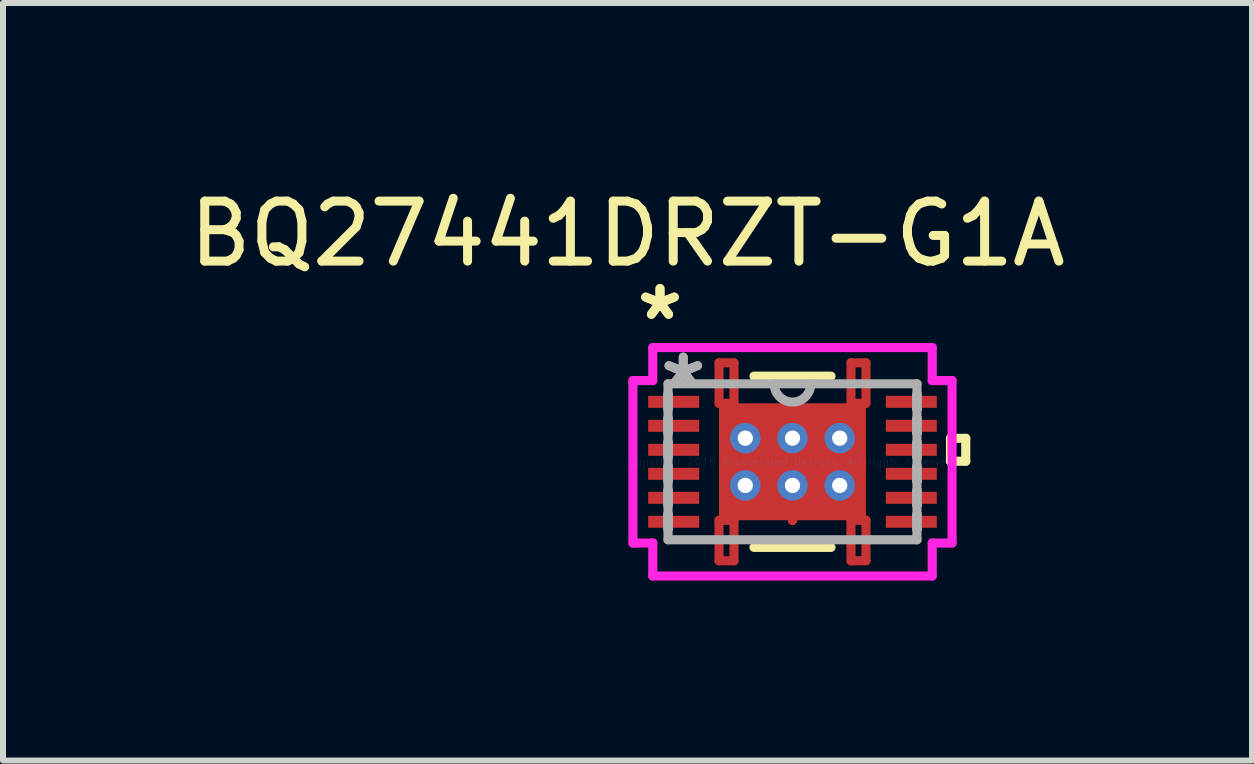
<source format=kicad_pcb>
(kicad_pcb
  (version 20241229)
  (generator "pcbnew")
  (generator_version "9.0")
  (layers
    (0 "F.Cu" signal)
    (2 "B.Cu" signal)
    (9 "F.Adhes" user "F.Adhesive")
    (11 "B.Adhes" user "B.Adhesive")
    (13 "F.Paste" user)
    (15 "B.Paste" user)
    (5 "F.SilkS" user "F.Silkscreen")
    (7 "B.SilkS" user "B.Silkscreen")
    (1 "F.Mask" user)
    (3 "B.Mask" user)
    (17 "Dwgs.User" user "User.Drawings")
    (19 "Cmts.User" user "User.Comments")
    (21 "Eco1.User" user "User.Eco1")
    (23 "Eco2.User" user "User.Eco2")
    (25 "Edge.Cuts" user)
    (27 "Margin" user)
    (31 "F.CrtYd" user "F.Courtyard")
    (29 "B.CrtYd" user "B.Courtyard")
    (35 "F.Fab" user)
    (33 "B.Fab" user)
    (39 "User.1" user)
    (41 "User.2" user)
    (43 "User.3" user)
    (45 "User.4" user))
  (footprint "BQ27441DRZT-G1A"
    (layer "F.Cu")
    (at 10.161 4.648)
    (property "Reference" "BQ27441DRZT-G1A" (at -2.75 -3.8 0) (layer "F.SilkS") (effects (font (size 1 1) (thickness 0.15))))
    (attr through_hole)
    (fp_line (start -1.225 -1.65) (end -1.225 -0.975) (stroke (width 0.152) (type solid)) (layer "F.Cu"))
    (fp_line (start -1.225 -0.975) (end -0.975 -0.975) (stroke (width 0.152) (type solid)) (layer "F.Cu"))
    (fp_line (start -1.225 0.975) (end -0.975 0.975) (stroke (width 0.152) (type solid)) (layer "F.Cu"))
    (fp_line (start -1.225 1.65) (end -1.225 0.975) (stroke (width 0.152) (type solid)) (layer "F.Cu"))
    (fp_line (start -0.975 -1.65) (end -1.225 -1.65) (stroke (width 0.152) (type solid)) (layer "F.Cu"))
    (fp_line (start -0.975 -0.975) (end -0.975 -1.65) (stroke (width 0.152) (type solid)) (layer "F.Cu"))
    (fp_line (start -0.975 0.975) (end -0.975 1.65) (stroke (width 0.152) (type solid)) (layer "F.Cu"))
    (fp_line (start -0.975 1.65) (end -1.225 1.65) (stroke (width 0.152) (type solid)) (layer "F.Cu"))
    (fp_line (start 0 -0.975) (end 0 -0.975) (stroke (width 0.152) (type solid)) (layer "F.Cu"))
    (fp_line (start 0 -0.975) (end 0 -0.975) (stroke (width 0.152) (type solid)) (layer "F.Cu"))
    (fp_line (start 0 -0.975) (end 0 -0.975) (stroke (width 0.152) (type solid)) (layer "F.Cu"))
    (fp_line (start 0 -0.975) (end 0 -0.975) (stroke (width 0.152) (type solid)) (layer "F.Cu"))
    (fp_line (start 0 -0.975) (end 0 -0.975) (stroke (width 0.152) (type solid)) (layer "F.Cu"))
    (fp_line (start 0 -0.975) (end 0 -0.975) (stroke (width 0.152) (type solid)) (layer "F.Cu"))
    (fp_line (start 0 -0.975) (end 0 -0.975) (stroke (width 0.152) (type solid)) (layer "F.Cu"))
    (fp_line (start 0 -0.975) (end 0 -0.975) (stroke (width 0.152) (type solid)) (layer "F.Cu"))
    (fp_line (start 0 0.975) (end 0 0.975) (stroke (width 0.152) (type solid)) (layer "F.Cu"))
    (fp_line (start 0 0.975) (end 0 0.975) (stroke (width 0.152) (type solid)) (layer "F.Cu"))
    (fp_line (start 0 0.975) (end 0 0.975) (stroke (width 0.152) (type solid)) (layer "F.Cu"))
    (fp_line (start 0 0.975) (end 0 0.975) (stroke (width 0.152) (type solid)) (layer "F.Cu"))
    (fp_line (start 0 0.975) (end 0 0.975) (stroke (width 0.152) (type solid)) (layer "F.Cu"))
    (fp_line (start 0 0.975) (end 0 0.975) (stroke (width 0.152) (type solid)) (layer "F.Cu"))
    (fp_line (start 0 0.975) (end 0 0.975) (stroke (width 0.152) (type solid)) (layer "F.Cu"))
    (fp_line (start 0 0.975) (end 0 0.975) (stroke (width 0.152) (type solid)) (layer "F.Cu"))
    (fp_line (start 0.975 -1.65) (end 1.225 -1.65) (stroke (width 0.152) (type solid)) (layer "F.Cu"))
    (fp_line (start 0.975 -0.975) (end 0.975 -1.65) (stroke (width 0.152) (type solid)) (layer "F.Cu"))
    (fp_line (start 0.975 0.975) (end 0.975 1.65) (stroke (width 0.152) (type solid)) (layer "F.Cu"))
    (fp_line (start 0.975 1.65) (end 1.225 1.65) (stroke (width 0.152) (type solid)) (layer "F.Cu"))
    (fp_line (start 1.225 -1.65) (end 1.225 -0.975) (stroke (width 0.152) (type solid)) (layer "F.Cu"))
    (fp_line (start 1.225 -0.975) (end 0.975 -0.975) (stroke (width 0.152) (type solid)) (layer "F.Cu"))
    (fp_line (start 1.225 0.975) (end 0.975 0.975) (stroke (width 0.152) (type solid)) (layer "F.Cu"))
    (fp_line (start 1.225 1.65) (end 1.225 0.975) (stroke (width 0.152) (type solid)) (layer "F.Cu"))
    (fp_line (start -2.476 -1.17) (end -2.476 -0.83) (stroke (width 0.152) (type solid)) (layer "F.Mask"))
    (fp_line (start -2.476 -0.83) (end -1.486 -0.83) (stroke (width 0.152) (type solid)) (layer "F.Mask"))
    (fp_line (start -2.476 -0.77) (end -2.476 -0.43) (stroke (width 0.152) (type solid)) (layer "F.Mask"))
    (fp_line (start -2.476 -0.43) (end -1.486 -0.43) (stroke (width 0.152) (type solid)) (layer "F.Mask"))
    (fp_line (start -2.476 -0.37) (end -2.476 -0.03) (stroke (width 0.152) (type solid)) (layer "F.Mask"))
    (fp_line (start -2.476 -0.03) (end -1.486 -0.03) (stroke (width 0.152) (type solid)) (layer "F.Mask"))
    (fp_line (start -2.476 0.03) (end -2.476 0.37) (stroke (width 0.152) (type solid)) (layer "F.Mask"))
    (fp_line (start -2.476 0.37) (end -1.486 0.37) (stroke (width 0.152) (type solid)) (layer "F.Mask"))
    (fp_line (start -2.476 0.43) (end -2.476 0.77) (stroke (width 0.152) (type solid)) (layer "F.Mask"))
    (fp_line (start -2.476 0.77) (end -1.486 0.77) (stroke (width 0.152) (type solid)) (layer "F.Mask"))
    (fp_line (start -2.476 0.83) (end -2.476 1.17) (stroke (width 0.152) (type solid)) (layer "F.Mask"))
    (fp_line (start -2.476 1.17) (end -1.486 1.17) (stroke (width 0.152) (type solid)) (layer "F.Mask"))
    (fp_line (start -1.486 -1.17) (end -2.476 -1.17) (stroke (width 0.152) (type solid)) (layer "F.Mask"))
    (fp_line (start -1.486 -0.83) (end -1.486 -1.17) (stroke (width 0.152) (type solid)) (layer "F.Mask"))
    (fp_line (start -1.486 -0.77) (end -2.476 -0.77) (stroke (width 0.152) (type solid)) (layer "F.Mask"))
    (fp_line (start -1.486 -0.43) (end -1.486 -0.77) (stroke (width 0.152) (type solid)) (layer "F.Mask"))
    (fp_line (start -1.486 -0.37) (end -2.476 -0.37) (stroke (width 0.152) (type solid)) (layer "F.Mask"))
    (fp_line (start -1.486 -0.03) (end -1.486 -0.37) (stroke (width 0.152) (type solid)) (layer "F.Mask"))
    (fp_line (start -1.486 0.03) (end -2.476 0.03) (stroke (width 0.152) (type solid)) (layer "F.Mask"))
    (fp_line (start -1.486 0.37) (end -1.486 0.03) (stroke (width 0.152) (type solid)) (layer "F.Mask"))
    (fp_line (start -1.486 0.43) (end -2.476 0.43) (stroke (width 0.152) (type solid)) (layer "F.Mask"))
    (fp_line (start -1.486 0.77) (end -1.486 0.43) (stroke (width 0.152) (type solid)) (layer "F.Mask"))
    (fp_line (start -1.486 0.83) (end -2.476 0.83) (stroke (width 0.152) (type solid)) (layer "F.Mask"))
    (fp_line (start -1.486 1.17) (end -1.486 0.83) (stroke (width 0.152) (type solid)) (layer "F.Mask"))
    (fp_line (start -1.288 -1.038) (end -0.987 -1.038) (stroke (width 0.152) (type solid)) (layer "F.Mask"))
    (fp_line (start -1.288 -1.038) (end 1.288 -1.038) (stroke (width 0.152) (type solid)) (layer "F.Mask"))
    (fp_line (start -1.288 -0.594) (end -1.288 -1.038) (stroke (width 0.152) (type solid)) (layer "F.Mask"))
    (fp_line (start -1.288 -0.194) (end 1.288 -0.194) (stroke (width 0.152) (type solid)) (layer "F.Mask"))
    (fp_line (start -1.288 0.194) (end -1.288 -0.194) (stroke (width 0.152) (type solid)) (layer "F.Mask"))
    (fp_line (start -1.288 0.594) (end 1.288 0.594) (stroke (width 0.152) (type solid)) (layer "F.Mask"))
    (fp_line (start -1.288 1.038) (end -1.288 -1.038) (stroke (width 0.152) (type solid)) (layer "F.Mask"))
    (fp_line (start -1.288 1.038) (end -1.288 0.594) (stroke (width 0.152) (type solid)) (layer "F.Mask"))
    (fp_line (start -1.225 -1.65) (end -1.225 -0.975) (stroke (width 0.152) (type solid)) (layer "F.Mask"))
    (fp_line (start -1.225 -0.975) (end -0.975 -0.975) (stroke (width 0.152) (type solid)) (layer "F.Mask"))
    (fp_line (start -1.225 0.975) (end -0.975 0.975) (stroke (width 0.152) (type solid)) (layer "F.Mask"))
    (fp_line (start -1.225 1.65) (end -1.225 0.975) (stroke (width 0.152) (type solid)) (layer "F.Mask"))
    (fp_line (start -0.987 -1.038) (end -0.987 1.038) (stroke (width 0.152) (type solid)) (layer "F.Mask"))
    (fp_line (start -0.987 1.038) (end -1.288 1.038) (stroke (width 0.152) (type solid)) (layer "F.Mask"))
    (fp_line (start -0.975 -1.65) (end -1.225 -1.65) (stroke (width 0.152) (type solid)) (layer "F.Mask"))
    (fp_line (start -0.975 -0.975) (end -0.975 -1.65) (stroke (width 0.152) (type solid)) (layer "F.Mask"))
    (fp_line (start -0.975 0.975) (end -0.975 1.65) (stroke (width 0.152) (type solid)) (layer "F.Mask"))
    (fp_line (start -0.975 1.65) (end -1.225 1.65) (stroke (width 0.152) (type solid)) (layer "F.Mask"))
    (fp_line (start -0.587 -1.038) (end -0.587 1.038) (stroke (width 0.152) (type solid)) (layer "F.Mask"))
    (fp_line (start -0.587 1.038) (end -0.2 1.038) (stroke (width 0.152) (type solid)) (layer "F.Mask"))
    (fp_line (start -0.2 -1.038) (end -0.587 -1.038) (stroke (width 0.152) (type solid)) (layer "F.Mask"))
    (fp_line (start -0.2 1.038) (end -0.2 -1.038) (stroke (width 0.152) (type solid)) (layer "F.Mask"))
    (fp_line (start 0 -0.975) (end 0 -0.975) (stroke (width 0.152) (type solid)) (layer "F.Mask"))
    (fp_line (start 0 -0.975) (end 0 -0.975) (stroke (width 0.152) (type solid)) (layer "F.Mask"))
    (fp_line (start 0 -0.975) (end 0 -0.975) (stroke (width 0.152) (type solid)) (layer "F.Mask"))
    (fp_line (start 0 -0.975) (end 0 -0.975) (stroke (width 0.152) (type solid)) (layer "F.Mask"))
    (fp_line (start 0 -0.975) (end 0 -0.975) (stroke (width 0.152) (type solid)) (layer "F.Mask"))
    (fp_line (start 0 -0.975) (end 0 -0.975) (stroke (width 0.152) (type solid)) (layer "F.Mask"))
    (fp_line (start 0 -0.975) (end 0 -0.975) (stroke (width 0.152) (type solid)) (layer "F.Mask"))
    (fp_line (start 0 -0.975) (end 0 -0.975) (stroke (width 0.152) (type solid)) (layer "F.Mask"))
    (fp_line (start 0 0.975) (end 0 0.975) (stroke (width 0.152) (type solid)) (layer "F.Mask"))
    (fp_line (start 0 0.975) (end 0 0.975) (stroke (width 0.152) (type solid)) (layer "F.Mask"))
    (fp_line (start 0 0.975) (end 0 0.975) (stroke (width 0.152) (type solid)) (layer "F.Mask"))
    (fp_line (start 0 0.975) (end 0 0.975) (stroke (width 0.152) (type solid)) (layer "F.Mask"))
    (fp_line (start 0 0.975) (end 0 0.975) (stroke (width 0.152) (type solid)) (layer "F.Mask"))
    (fp_line (start 0 0.975) (end 0 0.975) (stroke (width 0.152) (type solid)) (layer "F.Mask"))
    (fp_line (start 0 0.975) (end 0 0.975) (stroke (width 0.152) (type solid)) (layer "F.Mask"))
    (fp_line (start 0 0.975) (end 0 0.975) (stroke (width 0.152) (type solid)) (layer "F.Mask"))
    (fp_line (start 0.2 -1.038) (end 0.2 1.038) (stroke (width 0.152) (type solid)) (layer "F.Mask"))
    (fp_line (start 0.2 1.038) (end 0.587 1.038) (stroke (width 0.152) (type solid)) (layer "F.Mask"))
    (fp_line (start 0.587 -1.038) (end 0.2 -1.038) (stroke (width 0.152) (type solid)) (layer "F.Mask"))
    (fp_line (start 0.587 1.038) (end 0.587 -1.038) (stroke (width 0.152) (type solid)) (layer "F.Mask"))
    (fp_line (start 0.975 -1.65) (end 1.225 -1.65) (stroke (width 0.152) (type solid)) (layer "F.Mask"))
    (fp_line (start 0.975 -0.975) (end 0.975 -1.65) (stroke (width 0.152) (type solid)) (layer "F.Mask"))
    (fp_line (start 0.975 0.975) (end 0.975 1.65) (stroke (width 0.152) (type solid)) (layer "F.Mask"))
    (fp_line (start 0.975 1.65) (end 1.225 1.65) (stroke (width 0.152) (type solid)) (layer "F.Mask"))
    (fp_line (start 0.987 -1.038) (end 1.288 -1.038) (stroke (width 0.152) (type solid)) (layer "F.Mask"))
    (fp_line (start 0.987 1.038) (end 0.987 -1.038) (stroke (width 0.152) (type solid)) (layer "F.Mask"))
    (fp_line (start 1.225 -1.65) (end 1.225 -0.975) (stroke (width 0.152) (type solid)) (layer "F.Mask"))
    (fp_line (start 1.225 -0.975) (end 0.975 -0.975) (stroke (width 0.152) (type solid)) (layer "F.Mask"))
    (fp_line (start 1.225 0.975) (end 0.975 0.975) (stroke (width 0.152) (type solid)) (layer "F.Mask"))
    (fp_line (start 1.225 1.65) (end 1.225 0.975) (stroke (width 0.152) (type solid)) (layer "F.Mask"))
    (fp_line (start 1.288 -1.038) (end 1.288 -0.594) (stroke (width 0.152) (type solid)) (layer "F.Mask"))
    (fp_line (start 1.288 -1.038) (end 1.288 1.038) (stroke (width 0.152) (type solid)) (layer "F.Mask"))
    (fp_line (start 1.288 -0.594) (end -1.288 -0.594) (stroke (width 0.152) (type solid)) (layer "F.Mask"))
    (fp_line (start 1.288 -0.194) (end 1.288 0.194) (stroke (width 0.152) (type solid)) (layer "F.Mask"))
    (fp_line (start 1.288 0.194) (end -1.288 0.194) (stroke (width 0.152) (type solid)) (layer "F.Mask"))
    (fp_line (start 1.288 0.594) (end 1.288 1.038) (stroke (width 0.152) (type solid)) (layer "F.Mask"))
    (fp_line (start 1.288 1.038) (end -1.288 1.038) (stroke (width 0.152) (type solid)) (layer "F.Mask"))
    (fp_line (start 1.288 1.038) (end 0.987 1.038) (stroke (width 0.152) (type solid)) (layer "F.Mask"))
    (fp_line (start 1.486 -1.17) (end 1.486 -0.83) (stroke (width 0.152) (type solid)) (layer "F.Mask"))
    (fp_line (start 1.486 -0.83) (end 2.476 -0.83) (stroke (width 0.152) (type solid)) (layer "F.Mask"))
    (fp_line (start 1.486 -0.77) (end 1.486 -0.43) (stroke (width 0.152) (type solid)) (layer "F.Mask"))
    (fp_line (start 1.486 -0.43) (end 2.476 -0.43) (stroke (width 0.152) (type solid)) (layer "F.Mask"))
    (fp_line (start 1.486 -0.37) (end 1.486 -0.03) (stroke (width 0.152) (type solid)) (layer "F.Mask"))
    (fp_line (start 1.486 -0.03) (end 2.476 -0.03) (stroke (width 0.152) (type solid)) (layer "F.Mask"))
    (fp_line (start 1.486 0.03) (end 1.486 0.37) (stroke (width 0.152) (type solid)) (layer "F.Mask"))
    (fp_line (start 1.486 0.37) (end 2.476 0.37) (stroke (width 0.152) (type solid)) (layer "F.Mask"))
    (fp_line (start 1.486 0.43) (end 1.486 0.77) (stroke (width 0.152) (type solid)) (layer "F.Mask"))
    (fp_line (start 1.486 0.77) (end 2.476 0.77) (stroke (width 0.152) (type solid)) (layer "F.Mask"))
    (fp_line (start 1.486 0.83) (end 1.486 1.17) (stroke (width 0.152) (type solid)) (layer "F.Mask"))
    (fp_line (start 1.486 1.17) (end 2.476 1.17) (stroke (width 0.152) (type solid)) (layer "F.Mask"))
    (fp_line (start 2.476 -1.17) (end 1.486 -1.17) (stroke (width 0.152) (type solid)) (layer "F.Mask"))
    (fp_line (start 2.476 -0.83) (end 2.476 -1.17) (stroke (width 0.152) (type solid)) (layer "F.Mask"))
    (fp_line (start 2.476 -0.77) (end 1.486 -0.77) (stroke (width 0.152) (type solid)) (layer "F.Mask"))
    (fp_line (start 2.476 -0.43) (end 2.476 -0.77) (stroke (width 0.152) (type solid)) (layer "F.Mask"))
    (fp_line (start 2.476 -0.37) (end 1.486 -0.37) (stroke (width 0.152) (type solid)) (layer "F.Mask"))
    (fp_line (start 2.476 -0.03) (end 2.476 -0.37) (stroke (width 0.152) (type solid)) (layer "F.Mask"))
    (fp_line (start 2.476 0.03) (end 1.486 0.03) (stroke (width 0.152) (type solid)) (layer "F.Mask"))
    (fp_line (start 2.476 0.37) (end 2.476 0.03) (stroke (width 0.152) (type solid)) (layer "F.Mask"))
    (fp_line (start 2.476 0.43) (end 1.486 0.43) (stroke (width 0.152) (type solid)) (layer "F.Mask"))
    (fp_line (start 2.476 0.77) (end 2.476 0.43) (stroke (width 0.152) (type solid)) (layer "F.Mask"))
    (fp_line (start 2.476 0.83) (end 1.486 0.83) (stroke (width 0.152) (type solid)) (layer "F.Mask"))
    (fp_line (start 2.476 1.17) (end 2.476 0.83) (stroke (width 0.152) (type solid)) (layer "F.Mask"))
    (fp_line (start -0.642 1.427) (end 0.642 1.427) (stroke (width 0.152) (type solid)) (layer "F.SilkS"))
    (fp_line (start 0.642 -1.427) (end -0.642 -1.427) (stroke (width 0.152) (type solid)) (layer "F.SilkS"))
    (fp_line (start 2.634 -0.391) (end 2.888 -0.391) (stroke (width 0.152) (type solid)) (layer "F.SilkS"))
    (fp_line (start 2.634 -0.009) (end 2.634 -0.391) (stroke (width 0.152) (type solid)) (layer "F.SilkS"))
    (fp_line (start 2.888 -0.391) (end 2.888 -0.009) (stroke (width 0.152) (type solid)) (layer "F.SilkS"))
    (fp_line (start 2.888 -0.009) (end 2.634 -0.009) (stroke (width 0.152) (type solid)) (layer "F.SilkS"))
    (fp_line (start -2.381 -1.075) (end -2.381 -0.925) (stroke (width 0.152) (type solid)) (layer "F.Paste"))
    (fp_line (start -2.381 -0.925) (end -1.581 -0.925) (stroke (width 0.152) (type solid)) (layer "F.Paste"))
    (fp_line (start -2.381 -0.675) (end -2.381 -0.525) (stroke (width 0.152) (type solid)) (layer "F.Paste"))
    (fp_line (start -2.381 -0.525) (end -1.581 -0.525) (stroke (width 0.152) (type solid)) (layer "F.Paste"))
    (fp_line (start -2.381 -0.275) (end -2.381 -0.125) (stroke (width 0.152) (type solid)) (layer "F.Paste"))
    (fp_line (start -2.381 -0.125) (end -1.581 -0.125) (stroke (width 0.152) (type solid)) (layer "F.Paste"))
    (fp_line (start -2.381 0.125) (end -2.381 0.275) (stroke (width 0.152) (type solid)) (layer "F.Paste"))
    (fp_line (start -2.381 0.275) (end -1.581 0.275) (stroke (width 0.152) (type solid)) (layer "F.Paste"))
    (fp_line (start -2.381 0.525) (end -2.381 0.675) (stroke (width 0.152) (type solid)) (layer "F.Paste"))
    (fp_line (start -2.381 0.675) (end -1.581 0.675) (stroke (width 0.152) (type solid)) (layer "F.Paste"))
    (fp_line (start -2.381 0.925) (end -2.381 1.075) (stroke (width 0.152) (type solid)) (layer "F.Paste"))
    (fp_line (start -2.381 1.075) (end -1.581 1.075) (stroke (width 0.152) (type solid)) (layer "F.Paste"))
    (fp_line (start -1.581 -1.075) (end -2.381 -1.075) (stroke (width 0.152) (type solid)) (layer "F.Paste"))
    (fp_line (start -1.581 -0.925) (end -1.581 -1.075) (stroke (width 0.152) (type solid)) (layer "F.Paste"))
    (fp_line (start -1.581 -0.675) (end -2.381 -0.675) (stroke (width 0.152) (type solid)) (layer "F.Paste"))
    (fp_line (start -1.581 -0.525) (end -1.581 -0.675) (stroke (width 0.152) (type solid)) (layer "F.Paste"))
    (fp_line (start -1.581 -0.275) (end -2.381 -0.275) (stroke (width 0.152) (type solid)) (layer "F.Paste"))
    (fp_line (start -1.581 -0.125) (end -1.581 -0.275) (stroke (width 0.152) (type solid)) (layer "F.Paste"))
    (fp_line (start -1.581 0.125) (end -2.381 0.125) (stroke (width 0.152) (type solid)) (layer "F.Paste"))
    (fp_line (start -1.581 0.275) (end -1.581 0.125) (stroke (width 0.152) (type solid)) (layer "F.Paste"))
    (fp_line (start -1.581 0.525) (end -2.381 0.525) (stroke (width 0.152) (type solid)) (layer "F.Paste"))
    (fp_line (start -1.581 0.675) (end -1.581 0.525) (stroke (width 0.152) (type solid)) (layer "F.Paste"))
    (fp_line (start -1.581 0.925) (end -2.381 0.925) (stroke (width 0.152) (type solid)) (layer "F.Paste"))
    (fp_line (start -1.581 1.075) (end -1.581 0.925) (stroke (width 0.152) (type solid)) (layer "F.Paste"))
    (fp_line (start -1.174 -1.599) (end -1.174 -1.026) (stroke (width 0.152) (type solid)) (layer "F.Paste"))
    (fp_line (start -1.174 -1.026) (end -1.026 -1.026) (stroke (width 0.152) (type solid)) (layer "F.Paste"))
    (fp_line (start -1.174 1.026) (end -1.026 1.026) (stroke (width 0.152) (type solid)) (layer "F.Paste"))
    (fp_line (start -1.174 1.599) (end -1.174 1.026) (stroke (width 0.152) (type solid)) (layer "F.Paste"))
    (fp_line (start -1.15 -0.9) (end -1.15 -0.494) (stroke (width 0.152) (type solid)) (layer "F.Paste"))
    (fp_line (start -1.15 -0.494) (end -1.029 -0.494) (stroke (width 0.152) (type solid)) (layer "F.Paste"))
    (fp_line (start -1.15 -0.294) (end -1.15 0.294) (stroke (width 0.152) (type solid)) (layer "F.Paste"))
    (fp_line (start -1.15 0.294) (end -1.029 0.294) (stroke (width 0.152) (type solid)) (layer "F.Paste"))
    (fp_line (start -1.15 0.494) (end -1.15 0.9) (stroke (width 0.152) (type solid)) (layer "F.Paste"))
    (fp_line (start -1.15 0.9) (end -0.887 0.9) (stroke (width 0.152) (type solid)) (layer "F.Paste"))
    (fp_line (start -1.029 -0.494) (end -1.029 -0.494) (stroke (width 0.152) (type solid)) (layer "F.Paste"))
    (fp_line (start -1.029 -0.494) (end -0.887 -0.635) (stroke (width 0.152) (type solid)) (layer "F.Paste"))
    (fp_line (start -1.029 -0.294) (end -1.15 -0.294) (stroke (width 0.152) (type solid)) (layer "F.Paste"))
    (fp_line (start -1.029 -0.294) (end -1.029 -0.294) (stroke (width 0.152) (type solid)) (layer "F.Paste"))
    (fp_line (start -1.029 0.294) (end -1.029 0.294) (stroke (width 0.152) (type solid)) (layer "F.Paste"))
    (fp_line (start -1.029 0.294) (end -0.887 0.152) (stroke (width 0.152) (type solid)) (layer "F.Paste"))
    (fp_line (start -1.029 0.494) (end -1.15 0.494) (stroke (width 0.152) (type solid)) (layer "F.Paste"))
    (fp_line (start -1.029 0.494) (end -1.029 0.494) (stroke (width 0.152) (type solid)) (layer "F.Paste"))
    (fp_line (start -1.026 -1.599) (end -1.174 -1.599) (stroke (width 0.152) (type solid)) (layer "F.Paste"))
    (fp_line (start -1.026 -1.026) (end -1.026 -1.599) (stroke (width 0.152) (type solid)) (layer "F.Paste"))
    (fp_line (start -1.026 1.026) (end -1.026 1.599) (stroke (width 0.152) (type solid)) (layer "F.Paste"))
    (fp_line (start -1.026 1.599) (end -1.174 1.599) (stroke (width 0.152) (type solid)) (layer "F.Paste"))
    (fp_line (start -0.887 -0.9) (end -1.15 -0.9) (stroke (width 0.152) (type solid)) (layer "F.Paste"))
    (fp_line (start -0.887 -0.635) (end -0.887 -0.9) (stroke (width 0.152) (type solid)) (layer "F.Paste"))
    (fp_line (start -0.887 -0.635) (end -0.887 -0.635) (stroke (width 0.152) (type solid)) (layer "F.Paste"))
    (fp_line (start -0.887 -0.152) (end -1.029 -0.294) (stroke (width 0.152) (type solid)) (layer "F.Paste"))
    (fp_line (start -0.887 -0.152) (end -0.887 -0.152) (stroke (width 0.152) (type solid)) (layer "F.Paste"))
    (fp_line (start -0.887 0.152) (end -0.887 -0.152) (stroke (width 0.152) (type solid)) (layer "F.Paste"))
    (fp_line (start -0.887 0.152) (end -0.887 0.152) (stroke (width 0.152) (type solid)) (layer "F.Paste"))
    (fp_line (start -0.887 0.635) (end -1.029 0.494) (stroke (width 0.152) (type solid)) (layer "F.Paste"))
    (fp_line (start -0.887 0.635) (end -0.887 0.635) (stroke (width 0.152) (type solid)) (layer "F.Paste"))
    (fp_line (start -0.887 0.9) (end -0.887 0.635) (stroke (width 0.152) (type solid)) (layer "F.Paste"))
    (fp_line (start -0.687 -0.9) (end -0.687 -0.635) (stroke (width 0.152) (type solid)) (layer "F.Paste"))
    (fp_line (start -0.687 -0.635) (end -0.687 -0.635) (stroke (width 0.152) (type solid)) (layer "F.Paste"))
    (fp_line (start -0.687 -0.635) (end -0.546 -0.494) (stroke (width 0.152) (type solid)) (layer "F.Paste"))
    (fp_line (start -0.687 -0.152) (end -0.687 -0.152) (stroke (width 0.152) (type solid)) (layer "F.Paste"))
    (fp_line (start -0.687 -0.152) (end -0.687 0.152) (stroke (width 0.152) (type solid)) (layer "F.Paste"))
    (fp_line (start -0.687 0.152) (end -0.687 0.152) (stroke (width 0.152) (type solid)) (layer "F.Paste"))
    (fp_line (start -0.687 0.152) (end -0.546 0.294) (stroke (width 0.152) (type solid)) (layer "F.Paste"))
    (fp_line (start -0.687 0.635) (end -0.687 0.635) (stroke (width 0.152) (type solid)) (layer "F.Paste"))
    (fp_line (start -0.687 0.635) (end -0.687 0.9) (stroke (width 0.152) (type solid)) (layer "F.Paste"))
    (fp_line (start -0.687 0.9) (end -0.1 0.9) (stroke (width 0.152) (type solid)) (layer "F.Paste"))
    (fp_line (start -0.546 -0.494) (end -0.546 -0.494) (stroke (width 0.152) (type solid)) (layer "F.Paste"))
    (fp_line (start -0.546 -0.494) (end -0.241 -0.494) (stroke (width 0.152) (type solid)) (layer "F.Paste"))
    (fp_line (start -0.546 -0.294) (end -0.687 -0.152) (stroke (width 0.152) (type solid)) (layer "F.Paste"))
    (fp_line (start -0.546 -0.294) (end -0.546 -0.294) (stroke (width 0.152) (type solid)) (layer "F.Paste"))
    (fp_line (start -0.546 0.294) (end -0.546 0.294) (stroke (width 0.152) (type solid)) (layer "F.Paste"))
    (fp_line (start -0.546 0.294) (end -0.241 0.294) (stroke (width 0.152) (type solid)) (layer "F.Paste"))
    (fp_line (start -0.546 0.494) (end -0.687 0.635) (stroke (width 0.152) (type solid)) (layer "F.Paste"))
    (fp_line (start -0.546 0.494) (end -0.546 0.494) (stroke (width 0.152) (type solid)) (layer "F.Paste"))
    (fp_line (start -0.241 -0.494) (end -0.241 -0.494) (stroke (width 0.152) (type solid)) (layer "F.Paste"))
    (fp_line (start -0.241 -0.494) (end -0.1 -0.635) (stroke (width 0.152) (type solid)) (layer "F.Paste"))
    (fp_line (start -0.241 -0.294) (end -0.546 -0.294) (stroke (width 0.152) (type solid)) (layer "F.Paste"))
    (fp_line (start -0.241 -0.294) (end -0.241 -0.294) (stroke (width 0.152) (type solid)) (layer "F.Paste"))
    (fp_line (start -0.241 0.294) (end -0.241 0.294) (stroke (width 0.152) (type solid)) (layer "F.Paste"))
    (fp_line (start -0.241 0.294) (end -0.1 0.152) (stroke (width 0.152) (type solid)) (layer "F.Paste"))
    (fp_line (start -0.241 0.494) (end -0.546 0.494) (stroke (width 0.152) (type solid)) (layer "F.Paste"))
    (fp_line (start -0.241 0.494) (end -0.241 0.494) (stroke (width 0.152) (type solid)) (layer "F.Paste"))
    (fp_line (start -0.1 -0.9) (end -0.687 -0.9) (stroke (width 0.152) (type solid)) (layer "F.Paste"))
    (fp_line (start -0.1 -0.635) (end -0.1 -0.9) (stroke (width 0.152) (type solid)) (layer "F.Paste"))
    (fp_line (start -0.1 -0.635) (end -0.1 -0.635) (stroke (width 0.152) (type solid)) (layer "F.Paste"))
    (fp_line (start -0.1 -0.152) (end -0.241 -0.294) (stroke (width 0.152) (type solid)) (layer "F.Paste"))
    (fp_line (start -0.1 -0.152) (end -0.1 -0.152) (stroke (width 0.152) (type solid)) (layer "F.Paste"))
    (fp_line (start -0.1 0.152) (end -0.1 -0.152) (stroke (width 0.152) (type solid)) (layer "F.Paste"))
    (fp_line (start -0.1 0.152) (end -0.1 0.152) (stroke (width 0.152) (type solid)) (layer "F.Paste"))
    (fp_line (start -0.1 0.635) (end -0.241 0.494) (stroke (width 0.152) (type solid)) (layer "F.Paste"))
    (fp_line (start -0.1 0.635) (end -0.1 0.635) (stroke (width 0.152) (type solid)) (layer "F.Paste"))
    (fp_line (start -0.1 0.9) (end -0.1 0.635) (stroke (width 0.152) (type solid)) (layer "F.Paste"))
    (fp_line (start 0 -0.975) (end 0 -0.975) (stroke (width 0.152) (type solid)) (layer "F.Paste"))
    (fp_line (start 0 -0.975) (end 0 -0.975) (stroke (width 0.152) (type solid)) (layer "F.Paste"))
    (fp_line (start 0 -0.975) (end 0 -0.975) (stroke (width 0.152) (type solid)) (layer "F.Paste"))
    (fp_line (start 0 -0.975) (end 0 -0.975) (stroke (width 0.152) (type solid)) (layer "F.Paste"))
    (fp_line (start 0 -0.975) (end 0 -0.975) (stroke (width 0.152) (type solid)) (layer "F.Paste"))
    (fp_line (start 0 -0.975) (end 0 -0.975) (stroke (width 0.152) (type solid)) (layer "F.Paste"))
    (fp_line (start 0 -0.975) (end 0 -0.975) (stroke (width 0.152) (type solid)) (layer "F.Paste"))
    (fp_line (start 0 -0.975) (end 0 -0.975) (stroke (width 0.152) (type solid)) (layer "F.Paste"))
    (fp_line (start 0 0.975) (end 0 0.975) (stroke (width 0.152) (type solid)) (layer "F.Paste"))
    (fp_line (start 0 0.975) (end 0 0.975) (stroke (width 0.152) (type solid)) (layer "F.Paste"))
    (fp_line (start 0 0.975) (end 0 0.975) (stroke (width 0.152) (type solid)) (layer "F.Paste"))
    (fp_line (start 0 0.975) (end 0 0.975) (stroke (width 0.152) (type solid)) (layer "F.Paste"))
    (fp_line (start 0 0.975) (end 0 0.975) (stroke (width 0.152) (type solid)) (layer "F.Paste"))
    (fp_line (start 0 0.975) (end 0 0.975) (stroke (width 0.152) (type solid)) (layer "F.Paste"))
    (fp_line (start 0 0.975) (end 0 0.975) (stroke (width 0.152) (type solid)) (layer "F.Paste"))
    (fp_line (start 0 0.975) (end 0 0.975) (stroke (width 0.152) (type solid)) (layer "F.Paste"))
    (fp_line (start 0.1 -0.9) (end 0.1 -0.635) (stroke (width 0.152) (type solid)) (layer "F.Paste"))
    (fp_line (start 0.1 -0.635) (end 0.1 -0.635) (stroke (width 0.152) (type solid)) (layer "F.Paste"))
    (fp_line (start 0.1 -0.635) (end 0.241 -0.494) (stroke (width 0.152) (type solid)) (layer "F.Paste"))
    (fp_line (start 0.1 -0.152) (end 0.1 -0.152) (stroke (width 0.152) (type solid)) (layer "F.Paste"))
    (fp_line (start 0.1 -0.152) (end 0.1 0.152) (stroke (width 0.152) (type solid)) (layer "F.Paste"))
    (fp_line (start 0.1 0.152) (end 0.1 0.152) (stroke (width 0.152) (type solid)) (layer "F.Paste"))
    (fp_line (start 0.1 0.152) (end 0.241 0.294) (stroke (width 0.152) (type solid)) (layer "F.Paste"))
    (fp_line (start 0.1 0.635) (end 0.1 0.635) (stroke (width 0.152) (type solid)) (layer "F.Paste"))
    (fp_line (start 0.1 0.635) (end 0.1 0.9) (stroke (width 0.152) (type solid)) (layer "F.Paste"))
    (fp_line (start 0.1 0.9) (end 0.687 0.9) (stroke (width 0.152) (type solid)) (layer "F.Paste"))
    (fp_line (start 0.241 -0.494) (end 0.241 -0.494) (stroke (width 0.152) (type solid)) (layer "F.Paste"))
    (fp_line (start 0.241 -0.494) (end 0.546 -0.494) (stroke (width 0.152) (type solid)) (layer "F.Paste"))
    (fp_line (start 0.241 -0.294) (end 0.1 -0.152) (stroke (width 0.152) (type solid)) (layer "F.Paste"))
    (fp_line (start 0.241 -0.294) (end 0.241 -0.294) (stroke (width 0.152) (type solid)) (layer "F.Paste"))
    (fp_line (start 0.241 0.294) (end 0.241 0.294) (stroke (width 0.152) (type solid)) (layer "F.Paste"))
    (fp_line (start 0.241 0.294) (end 0.546 0.294) (stroke (width 0.152) (type solid)) (layer "F.Paste"))
    (fp_line (start 0.241 0.494) (end 0.1 0.635) (stroke (width 0.152) (type solid)) (layer "F.Paste"))
    (fp_line (start 0.241 0.494) (end 0.241 0.494) (stroke (width 0.152) (type solid)) (layer "F.Paste"))
    (fp_line (start 0.546 -0.494) (end 0.546 -0.494) (stroke (width 0.152) (type solid)) (layer "F.Paste"))
    (fp_line (start 0.546 -0.494) (end 0.687 -0.635) (stroke (width 0.152) (type solid)) (layer "F.Paste"))
    (fp_line (start 0.546 -0.294) (end 0.241 -0.294) (stroke (width 0.152) (type solid)) (layer "F.Paste"))
    (fp_line (start 0.546 -0.294) (end 0.546 -0.294) (stroke (width 0.152) (type solid)) (layer "F.Paste"))
    (fp_line (start 0.546 0.294) (end 0.546 0.294) (stroke (width 0.152) (type solid)) (layer "F.Paste"))
    (fp_line (start 0.546 0.294) (end 0.687 0.152) (stroke (width 0.152) (type solid)) (layer "F.Paste"))
    (fp_line (start 0.546 0.494) (end 0.241 0.494) (stroke (width 0.152) (type solid)) (layer "F.Paste"))
    (fp_line (start 0.546 0.494) (end 0.546 0.494) (stroke (width 0.152) (type solid)) (layer "F.Paste"))
    (fp_line (start 0.687 -0.9) (end 0.1 -0.9) (stroke (width 0.152) (type solid)) (layer "F.Paste"))
    (fp_line (start 0.687 -0.635) (end 0.687 -0.9) (stroke (width 0.152) (type solid)) (layer "F.Paste"))
    (fp_line (start 0.687 -0.635) (end 0.687 -0.635) (stroke (width 0.152) (type solid)) (layer "F.Paste"))
    (fp_line (start 0.687 -0.152) (end 0.546 -0.294) (stroke (width 0.152) (type solid)) (layer "F.Paste"))
    (fp_line (start 0.687 -0.152) (end 0.687 -0.152) (stroke (width 0.152) (type solid)) (layer "F.Paste"))
    (fp_line (start 0.687 0.152) (end 0.687 -0.152) (stroke (width 0.152) (type solid)) (layer "F.Paste"))
    (fp_line (start 0.687 0.152) (end 0.687 0.152) (stroke (width 0.152) (type solid)) (layer "F.Paste"))
    (fp_line (start 0.687 0.635) (end 0.546 0.494) (stroke (width 0.152) (type solid)) (layer "F.Paste"))
    (fp_line (start 0.687 0.635) (end 0.687 0.635) (stroke (width 0.152) (type solid)) (layer "F.Paste"))
    (fp_line (start 0.687 0.9) (end 0.687 0.635) (stroke (width 0.152) (type solid)) (layer "F.Paste"))
    (fp_line (start 0.887 -0.9) (end 0.887 -0.635) (stroke (width 0.152) (type solid)) (layer "F.Paste"))
    (fp_line (start 0.887 -0.635) (end 0.887 -0.635) (stroke (width 0.152) (type solid)) (layer "F.Paste"))
    (fp_line (start 0.887 -0.635) (end 1.029 -0.494) (stroke (width 0.152) (type solid)) (layer "F.Paste"))
    (fp_line (start 0.887 -0.152) (end 0.887 -0.152) (stroke (width 0.152) (type solid)) (layer "F.Paste"))
    (fp_line (start 0.887 -0.152) (end 0.887 0.152) (stroke (width 0.152) (type solid)) (layer "F.Paste"))
    (fp_line (start 0.887 0.152) (end 0.887 0.152) (stroke (width 0.152) (type solid)) (layer "F.Paste"))
    (fp_line (start 0.887 0.152) (end 1.029 0.294) (stroke (width 0.152) (type solid)) (layer "F.Paste"))
    (fp_line (start 0.887 0.635) (end 0.887 0.635) (stroke (width 0.152) (type solid)) (layer "F.Paste"))
    (fp_line (start 0.887 0.635) (end 0.887 0.9) (stroke (width 0.152) (type solid)) (layer "F.Paste"))
    (fp_line (start 0.887 0.9) (end 1.15 0.9) (stroke (width 0.152) (type solid)) (layer "F.Paste"))
    (fp_line (start 1.026 -1.599) (end 1.174 -1.599) (stroke (width 0.152) (type solid)) (layer "F.Paste"))
    (fp_line (start 1.026 -1.026) (end 1.026 -1.599) (stroke (width 0.152) (type solid)) (layer "F.Paste"))
    (fp_line (start 1.026 1.026) (end 1.026 1.599) (stroke (width 0.152) (type solid)) (layer "F.Paste"))
    (fp_line (start 1.026 1.599) (end 1.174 1.599) (stroke (width 0.152) (type solid)) (layer "F.Paste"))
    (fp_line (start 1.029 -0.494) (end 1.029 -0.494) (stroke (width 0.152) (type solid)) (layer "F.Paste"))
    (fp_line (start 1.029 -0.494) (end 1.15 -0.494) (stroke (width 0.152) (type solid)) (layer "F.Paste"))
    (fp_line (start 1.029 -0.294) (end 0.887 -0.152) (stroke (width 0.152) (type solid)) (layer "F.Paste"))
    (fp_line (start 1.029 -0.294) (end 1.029 -0.294) (stroke (width 0.152) (type solid)) (layer "F.Paste"))
    (fp_line (start 1.029 0.294) (end 1.029 0.294) (stroke (width 0.152) (type solid)) (layer "F.Paste"))
    (fp_line (start 1.029 0.294) (end 1.15 0.294) (stroke (width 0.152) (type solid)) (layer "F.Paste"))
    (fp_line (start 1.029 0.494) (end 0.887 0.635) (stroke (width 0.152) (type solid)) (layer "F.Paste"))
    (fp_line (start 1.029 0.494) (end 1.029 0.494) (stroke (width 0.152) (type solid)) (layer "F.Paste"))
    (fp_line (start 1.15 -0.9) (end 0.887 -0.9) (stroke (width 0.152) (type solid)) (layer "F.Paste"))
    (fp_line (start 1.15 -0.494) (end 1.15 -0.9) (stroke (width 0.152) (type solid)) (layer "F.Paste"))
    (fp_line (start 1.15 -0.294) (end 1.029 -0.294) (stroke (width 0.152) (type solid)) (layer "F.Paste"))
    (fp_line (start 1.15 0.294) (end 1.15 -0.294) (stroke (width 0.152) (type solid)) (layer "F.Paste"))
    (fp_line (start 1.15 0.494) (end 1.029 0.494) (stroke (width 0.152) (type solid)) (layer "F.Paste"))
    (fp_line (start 1.15 0.9) (end 1.15 0.494) (stroke (width 0.152) (type solid)) (layer "F.Paste"))
    (fp_line (start 1.174 -1.599) (end 1.174 -1.026) (stroke (width 0.152) (type solid)) (layer "F.Paste"))
    (fp_line (start 1.174 -1.026) (end 1.026 -1.026) (stroke (width 0.152) (type solid)) (layer "F.Paste"))
    (fp_line (start 1.174 1.026) (end 1.026 1.026) (stroke (width 0.152) (type solid)) (layer "F.Paste"))
    (fp_line (start 1.174 1.599) (end 1.174 1.026) (stroke (width 0.152) (type solid)) (layer "F.Paste"))
    (fp_line (start 1.581 -1.075) (end 1.581 -0.925) (stroke (width 0.152) (type solid)) (layer "F.Paste"))
    (fp_line (start 1.581 -0.925) (end 2.381 -0.925) (stroke (width 0.152) (type solid)) (layer "F.Paste"))
    (fp_line (start 1.581 -0.675) (end 1.581 -0.525) (stroke (width 0.152) (type solid)) (layer "F.Paste"))
    (fp_line (start 1.581 -0.525) (end 2.381 -0.525) (stroke (width 0.152) (type solid)) (layer "F.Paste"))
    (fp_line (start 1.581 -0.275) (end 1.581 -0.125) (stroke (width 0.152) (type solid)) (layer "F.Paste"))
    (fp_line (start 1.581 -0.125) (end 2.381 -0.125) (stroke (width 0.152) (type solid)) (layer "F.Paste"))
    (fp_line (start 1.581 0.125) (end 1.581 0.275) (stroke (width 0.152) (type solid)) (layer "F.Paste"))
    (fp_line (start 1.581 0.275) (end 2.381 0.275) (stroke (width 0.152) (type solid)) (layer "F.Paste"))
    (fp_line (start 1.581 0.525) (end 1.581 0.675) (stroke (width 0.152) (type solid)) (layer "F.Paste"))
    (fp_line (start 1.581 0.675) (end 2.381 0.675) (stroke (width 0.152) (type solid)) (layer "F.Paste"))
    (fp_line (start 1.581 0.925) (end 1.581 1.075) (stroke (width 0.152) (type solid)) (layer "F.Paste"))
    (fp_line (start 1.581 1.075) (end 2.381 1.075) (stroke (width 0.152) (type solid)) (layer "F.Paste"))
    (fp_line (start 2.381 -1.075) (end 1.581 -1.075) (stroke (width 0.152) (type solid)) (layer "F.Paste"))
    (fp_line (start 2.381 -0.925) (end 2.381 -1.075) (stroke (width 0.152) (type solid)) (layer "F.Paste"))
    (fp_line (start 2.381 -0.675) (end 1.581 -0.675) (stroke (width 0.152) (type solid)) (layer "F.Paste"))
    (fp_line (start 2.381 -0.525) (end 2.381 -0.675) (stroke (width 0.152) (type solid)) (layer "F.Paste"))
    (fp_line (start 2.381 -0.275) (end 1.581 -0.275) (stroke (width 0.152) (type solid)) (layer "F.Paste"))
    (fp_line (start 2.381 -0.125) (end 2.381 -0.275) (stroke (width 0.152) (type solid)) (layer "F.Paste"))
    (fp_line (start 2.381 0.125) (end 1.581 0.125) (stroke (width 0.152) (type solid)) (layer "F.Paste"))
    (fp_line (start 2.381 0.275) (end 2.381 0.125) (stroke (width 0.152) (type solid)) (layer "F.Paste"))
    (fp_line (start 2.381 0.525) (end 1.581 0.525) (stroke (width 0.152) (type solid)) (layer "F.Paste"))
    (fp_line (start 2.381 0.675) (end 2.381 0.525) (stroke (width 0.152) (type solid)) (layer "F.Paste"))
    (fp_line (start 2.381 0.925) (end 1.581 0.925) (stroke (width 0.152) (type solid)) (layer "F.Paste"))
    (fp_line (start 2.381 1.075) (end 2.381 0.925) (stroke (width 0.152) (type solid)) (layer "F.Paste"))
    (fp_line (start -2.66 -1.354) (end -2.329 -1.354) (stroke (width 0.152) (type solid)) (layer "F.CrtYd"))
    (fp_line (start -2.66 1.354) (end -2.66 -1.354) (stroke (width 0.152) (type solid)) (layer "F.CrtYd"))
    (fp_line (start -2.329 -1.904) (end 2.329 -1.904) (stroke (width 0.152) (type solid)) (layer "F.CrtYd"))
    (fp_line (start -2.329 -1.354) (end -2.329 -1.904) (stroke (width 0.152) (type solid)) (layer "F.CrtYd"))
    (fp_line (start -2.329 1.354) (end -2.66 1.354) (stroke (width 0.152) (type solid)) (layer "F.CrtYd"))
    (fp_line (start -2.329 1.904) (end -2.329 1.354) (stroke (width 0.152) (type solid)) (layer "F.CrtYd"))
    (fp_line (start 2.329 -1.904) (end 2.329 -1.354) (stroke (width 0.152) (type solid)) (layer "F.CrtYd"))
    (fp_line (start 2.329 -1.354) (end 2.66 -1.354) (stroke (width 0.152) (type solid)) (layer "F.CrtYd"))
    (fp_line (start 2.329 1.354) (end 2.329 1.904) (stroke (width 0.152) (type solid)) (layer "F.CrtYd"))
    (fp_line (start 2.329 1.904) (end -2.329 1.904) (stroke (width 0.152) (type solid)) (layer "F.CrtYd"))
    (fp_line (start 2.66 -1.354) (end 2.66 1.354) (stroke (width 0.152) (type solid)) (layer "F.CrtYd"))
    (fp_line (start 2.66 1.354) (end 2.329 1.354) (stroke (width 0.152) (type solid)) (layer "F.CrtYd"))
    (fp_line (start -2.075 -1.125) (end -2.075 -0.875) (stroke (width 0.152) (type solid)) (layer "F.Fab"))
    (fp_line (start -2.075 -0.875) (end -2.075 -0.875) (stroke (width 0.152) (type solid)) (layer "F.Fab"))
    (fp_line (start -2.075 -0.725) (end -2.075 -0.475) (stroke (width 0.152) (type solid)) (layer "F.Fab"))
    (fp_line (start -2.075 -0.475) (end -2.075 -0.475) (stroke (width 0.152) (type solid)) (layer "F.Fab"))
    (fp_line (start -2.075 -0.325) (end -2.075 -0.075) (stroke (width 0.152) (type solid)) (layer "F.Fab"))
    (fp_line (start -2.075 -0.075) (end -2.075 -0.075) (stroke (width 0.152) (type solid)) (layer "F.Fab"))
    (fp_line (start -2.075 0.075) (end -2.075 0.325) (stroke (width 0.152) (type solid)) (layer "F.Fab"))
    (fp_line (start -2.075 0.325) (end -2.075 0.325) (stroke (width 0.152) (type solid)) (layer "F.Fab"))
    (fp_line (start -2.075 0.475) (end -2.075 0.725) (stroke (width 0.152) (type solid)) (layer "F.Fab"))
    (fp_line (start -2.075 0.725) (end -2.075 0.725) (stroke (width 0.152) (type solid)) (layer "F.Fab"))
    (fp_line (start -2.075 0.875) (end -2.075 1.125) (stroke (width 0.152) (type solid)) (layer "F.Fab"))
    (fp_line (start -2.075 1.125) (end -2.075 1.125) (stroke (width 0.152) (type solid)) (layer "F.Fab"))
    (fp_line (start -2.075 -1.3) (end -2.075 1.3) (stroke (width 0.152) (type solid)) (layer "F.Fab"))
    (fp_line (start -2.075 -1.125) (end -2.075 -1.125) (stroke (width 0.152) (type solid)) (layer "F.Fab"))
    (fp_line (start -2.075 -0.875) (end -2.075 -1.125) (stroke (width 0.152) (type solid)) (layer "F.Fab"))
    (fp_line (start -2.075 -0.725) (end -2.075 -0.725) (stroke (width 0.152) (type solid)) (layer "F.Fab"))
    (fp_line (start -2.075 -0.475) (end -2.075 -0.725) (stroke (width 0.152) (type solid)) (layer "F.Fab"))
    (fp_line (start -2.075 -0.325) (end -2.075 -0.325) (stroke (width 0.152) (type solid)) (layer "F.Fab"))
    (fp_line (start -2.075 -0.075) (end -2.075 -0.325) (stroke (width 0.152) (type solid)) (layer "F.Fab"))
    (fp_line (start -2.075 0.075) (end -2.075 0.075) (stroke (width 0.152) (type solid)) (layer "F.Fab"))
    (fp_line (start -2.075 0.325) (end -2.075 0.075) (stroke (width 0.152) (type solid)) (layer "F.Fab"))
    (fp_line (start -2.075 0.475) (end -2.075 0.475) (stroke (width 0.152) (type solid)) (layer "F.Fab"))
    (fp_line (start -2.075 0.725) (end -2.075 0.475) (stroke (width 0.152) (type solid)) (layer "F.Fab"))
    (fp_line (start -2.075 0.875) (end -2.075 0.875) (stroke (width 0.152) (type solid)) (layer "F.Fab"))
    (fp_line (start -2.075 1.125) (end -2.075 0.875) (stroke (width 0.152) (type solid)) (layer "F.Fab"))
    (fp_line (start -2.075 1.3) (end 2.075 1.3) (stroke (width 0.152) (type solid)) (layer "F.Fab"))
    (fp_line (start 2.075 -1.3) (end -2.075 -1.3) (stroke (width 0.152) (type solid)) (layer "F.Fab"))
    (fp_line (start 2.075 -1.125) (end 2.075 -0.875) (stroke (width 0.152) (type solid)) (layer "F.Fab"))
    (fp_line (start 2.075 -0.875) (end 2.075 -0.875) (stroke (width 0.152) (type solid)) (layer "F.Fab"))
    (fp_line (start 2.075 -0.725) (end 2.075 -0.475) (stroke (width 0.152) (type solid)) (layer "F.Fab"))
    (fp_line (start 2.075 -0.475) (end 2.075 -0.475) (stroke (width 0.152) (type solid)) (layer "F.Fab"))
    (fp_line (start 2.075 -0.325) (end 2.075 -0.075) (stroke (width 0.152) (type solid)) (layer "F.Fab"))
    (fp_line (start 2.075 -0.075) (end 2.075 -0.075) (stroke (width 0.152) (type solid)) (layer "F.Fab"))
    (fp_line (start 2.075 0.075) (end 2.075 0.325) (stroke (width 0.152) (type solid)) (layer "F.Fab"))
    (fp_line (start 2.075 0.325) (end 2.075 0.325) (stroke (width 0.152) (type solid)) (layer "F.Fab"))
    (fp_line (start 2.075 0.475) (end 2.075 0.725) (stroke (width 0.152) (type solid)) (layer "F.Fab"))
    (fp_line (start 2.075 0.725) (end 2.075 0.725) (stroke (width 0.152) (type solid)) (layer "F.Fab"))
    (fp_line (start 2.075 0.875) (end 2.075 1.125) (stroke (width 0.152) (type solid)) (layer "F.Fab"))
    (fp_line (start 2.075 1.125) (end 2.075 1.125) (stroke (width 0.152) (type solid)) (layer "F.Fab"))
    (fp_line (start 2.075 1.3) (end 2.075 -1.3) (stroke (width 0.152) (type solid)) (layer "F.Fab"))
    (fp_line (start 2.075 -1.125) (end 2.075 -1.125) (stroke (width 0.152) (type solid)) (layer "F.Fab"))
    (fp_line (start 2.075 -0.875) (end 2.075 -1.125) (stroke (width 0.152) (type solid)) (layer "F.Fab"))
    (fp_line (start 2.075 -0.725) (end 2.075 -0.725) (stroke (width 0.152) (type solid)) (layer "F.Fab"))
    (fp_line (start 2.075 -0.475) (end 2.075 -0.725) (stroke (width 0.152) (type solid)) (layer "F.Fab"))
    (fp_line (start 2.075 -0.325) (end 2.075 -0.325) (stroke (width 0.152) (type solid)) (layer "F.Fab"))
    (fp_line (start 2.075 -0.075) (end 2.075 -0.325) (stroke (width 0.152) (type solid)) (layer "F.Fab"))
    (fp_line (start 2.075 0.075) (end 2.075 0.075) (stroke (width 0.152) (type solid)) (layer "F.Fab"))
    (fp_line (start 2.075 0.325) (end 2.075 0.075) (stroke (width 0.152) (type solid)) (layer "F.Fab"))
    (fp_line (start 2.075 0.475) (end 2.075 0.475) (stroke (width 0.152) (type solid)) (layer "F.Fab"))
    (fp_line (start 2.075 0.725) (end 2.075 0.475) (stroke (width 0.152) (type solid)) (layer "F.Fab"))
    (fp_line (start 2.075 0.875) (end 2.075 0.875) (stroke (width 0.152) (type solid)) (layer "F.Fab"))
    (fp_line (start 2.075 1.125) (end 2.075 0.875) (stroke (width 0.152) (type solid)) (layer "F.Fab"))
    (fp_arc (start 0.3048 -1.3) (mid 0 -0.9952) (end -0.3048 -1.3) (stroke (width 0.1524) (type solid)) (layer "F.Fab"))
    (fp_text user "*" (at -2.209 -2.343 0) (layer "F.SilkS") (effects (font (size 1 1) (thickness 0.15))))
    (fp_text user "*" (at -2.209 -2.343 0) (layer "F.SilkS") (effects (font (size 1 1) (thickness 0.15))))
    (fp_text user "Copyright 2016 Accelerated Designs. All rights reserved." (at 0 0 0) (layer "Cmts.User") (effects (font (size 0.127 0.127) (thickness 0.002))))
    (fp_text user "*" (at -1.821 -1.2 0) (layer "F.Fab") (effects (font (size 1 1) (thickness 0.15))))
    (fp_text user "*" (at -1.821 -1.2 0) (layer "F.Fab") (effects (font (size 1 1) (thickness 0.15))))
    (pad "1" smd rect (at -1.981 -1) (size 0.85 0.2) (layers "F.Cu" "F.Mask" "F.Paste"))
    (pad "2" smd rect (at -1.981 -0.6) (size 0.85 0.2) (layers "F.Cu" "F.Mask" "F.Paste"))
    (pad "3" smd rect (at -1.981 -0.2) (size 0.85 0.2) (layers "F.Cu" "F.Mask" "F.Paste"))
    (pad "4" smd rect (at -1.981 0.2) (size 0.85 0.2) (layers "F.Cu" "F.Mask" "F.Paste"))
    (pad "5" smd rect (at -1.981 0.6) (size 0.85 0.2) (layers "F.Cu" "F.Mask" "F.Paste"))
    (pad "6" smd rect (at -1.981 1) (size 0.85 0.2) (layers "F.Cu" "F.Mask" "F.Paste"))
    (pad "7" smd rect (at 1.981 1) (size 0.85 0.2) (layers "F.Cu" "F.Mask" "F.Paste"))
    (pad "8" smd rect (at 1.981 0.6) (size 0.85 0.2) (layers "F.Cu" "F.Mask" "F.Paste"))
    (pad "9" smd rect (at 1.981 0.2) (size 0.85 0.2) (layers "F.Cu" "F.Mask" "F.Paste"))
    (pad "10" smd rect (at 1.981 -0.2) (size 0.85 0.2) (layers "F.Cu" "F.Mask" "F.Paste"))
    (pad "11" smd rect (at 1.981 -0.6) (size 0.85 0.2) (layers "F.Cu" "F.Mask" "F.Paste"))
    (pad "12" smd rect (at 1.981 -1) (size 0.85 0.2) (layers "F.Cu" "F.Mask" "F.Paste"))
    (pad "13" thru_hole circle (at -0.787 -0.394) (size 0.508 0.508) (drill 0.254) (layers "*.Cu" "*.Mask"))
    (pad "13" thru_hole circle (at -0.787 0.394) (size 0.508 0.508) (drill 0.254) (layers "*.Cu" "*.Mask"))
    (pad "13" thru_hole circle (at 0 -0.394) (size 0.508 0.508) (drill 0.254) (layers "*.Cu" "*.Mask"))
    (pad "13" smd rect (at 0 0) (size 2.45 1.95) (layers "F.Cu" "F.Mask" "F.Paste"))
    (pad "13" thru_hole circle (at 0 0.394) (size 0.508 0.508) (drill 0.254) (layers "*.Cu" "*.Mask"))
    (pad "13" thru_hole circle (at 0.787 -0.394) (size 0.508 0.508) (drill 0.254) (layers "*.Cu" "*.Mask"))
    (pad "13" thru_hole circle (at 0.787 0.394) (size 0.508 0.508) (drill 0.254) (layers "*.Cu" "*.Mask")))
  (gr_rect
    (start -3 -3)
    (end 17.821 9.628)
    (stroke (width 0.1) (type default))
    (fill no)
    (layer "Edge.Cuts")))
</source>
